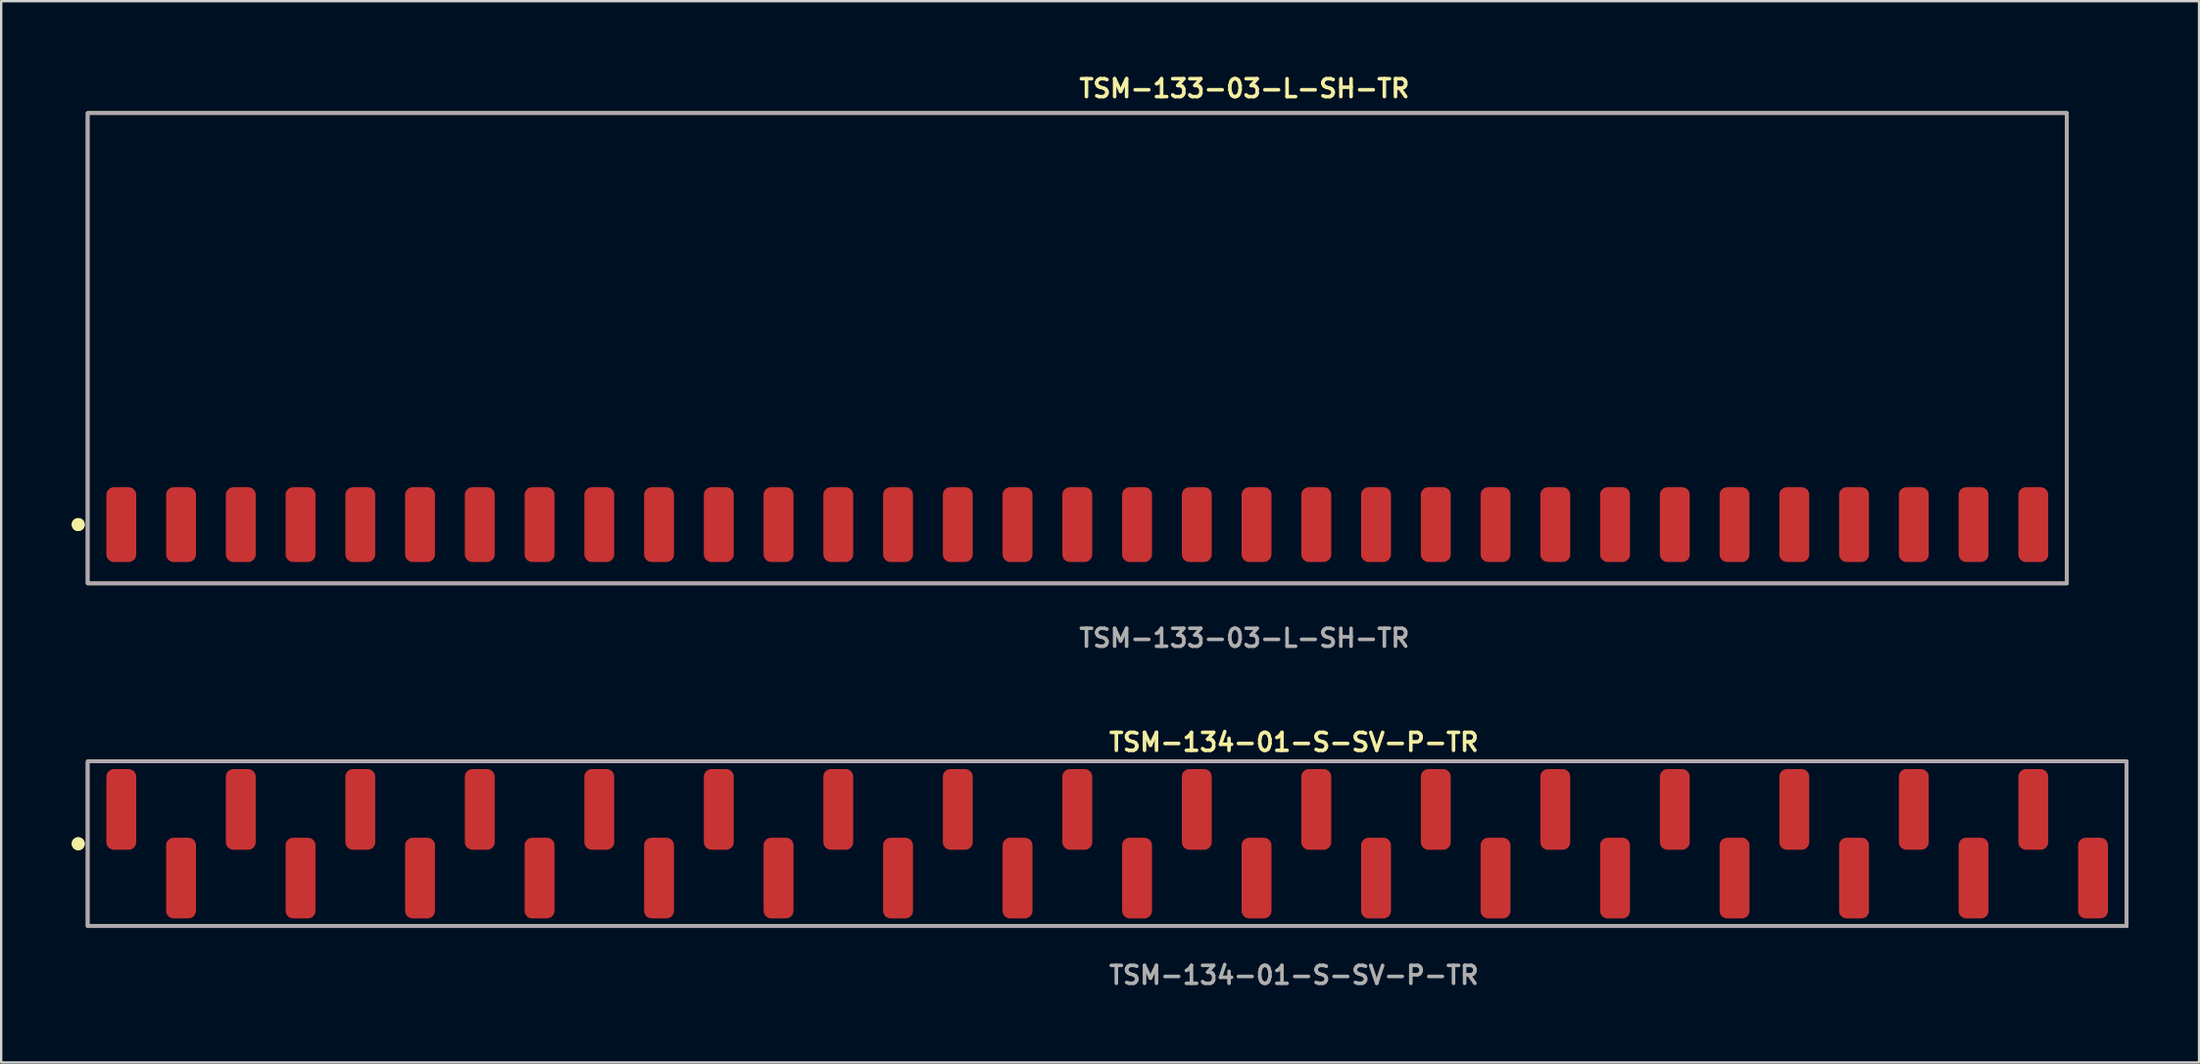
<source format=kicad_pcb>
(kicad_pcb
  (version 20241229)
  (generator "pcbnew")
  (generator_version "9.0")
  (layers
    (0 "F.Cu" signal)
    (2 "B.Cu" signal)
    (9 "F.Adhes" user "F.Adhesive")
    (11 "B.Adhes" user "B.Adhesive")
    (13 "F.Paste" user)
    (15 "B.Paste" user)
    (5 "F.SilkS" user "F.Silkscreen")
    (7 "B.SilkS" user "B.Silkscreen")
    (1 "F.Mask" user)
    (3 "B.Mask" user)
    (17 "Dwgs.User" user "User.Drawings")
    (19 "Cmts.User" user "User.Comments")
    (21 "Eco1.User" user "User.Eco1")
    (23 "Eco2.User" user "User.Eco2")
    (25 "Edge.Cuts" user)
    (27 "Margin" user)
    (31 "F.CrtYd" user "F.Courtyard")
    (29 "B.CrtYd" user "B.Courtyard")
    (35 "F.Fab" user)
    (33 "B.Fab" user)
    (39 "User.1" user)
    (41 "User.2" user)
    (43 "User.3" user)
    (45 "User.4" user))
  (footprint "TSM-134-01-S-SV-P-TR"
    (layer "F.Cu")
    (at 44.016 32.826)
    (property "Reference" "TSM-134-01-S-SV-P-TR" (at 0 -4.318 0) (unlocked yes) (layer "F.SilkS") (effects (font (size 0.762 0.762) (thickness 0.152)) (justify left)))
    (fp_rect (start -43.34 3.5) (end 43.34 -3.5) (stroke (width 0.152) (type solid)) (fill no) (layer "F.SilkS"))
    (fp_circle (center -43.74 0) (end -43.94 0) (stroke (width 0.152) (type solid)) (fill yes) (layer "F.SilkS"))
    (fp_circle (center -43.74 0) (end -43.94 0) (stroke (width 0.152) (type solid)) (fill yes) (layer "F.SilkS"))
    (fp_rect (start -43.34 3.5) (end 43.34 -3.5) (stroke (width 0.006) (type solid)) (fill no) (layer "F.CrtYd"))
    (fp_rect (start -43.34 3.5) (end 43.34 -3.5) (stroke (width 0.152) (type solid)) (fill no) (layer "F.Fab"))
    (fp_text user "${REFERENCE}" (at 0 5.588 0) (unlocked yes) (layer "F.Fab") (effects (font (size 0.762 0.762) (thickness 0.152)) (justify left)))
    (pad "1" smd roundrect (at -41.91 -1.46) (size 1.27 3.43) (layers "F.Cu" "F.Paste") (roundrect_rratio 0.25))
    (pad "2" smd roundrect (at -39.37 1.46) (size 1.27 3.43) (layers "F.Cu" "F.Paste") (roundrect_rratio 0.25))
    (pad "3" smd roundrect (at -36.83 -1.46) (size 1.27 3.43) (layers "F.Cu" "F.Paste") (roundrect_rratio 0.25))
    (pad "4" smd roundrect (at -34.29 1.46) (size 1.27 3.43) (layers "F.Cu" "F.Paste") (roundrect_rratio 0.25))
    (pad "5" smd roundrect (at -31.75 -1.46) (size 1.27 3.43) (layers "F.Cu" "F.Paste") (roundrect_rratio 0.25))
    (pad "6" smd roundrect (at -29.21 1.46) (size 1.27 3.43) (layers "F.Cu" "F.Paste") (roundrect_rratio 0.25))
    (pad "7" smd roundrect (at -26.67 -1.46) (size 1.27 3.43) (layers "F.Cu" "F.Paste") (roundrect_rratio 0.25))
    (pad "8" smd roundrect (at -24.13 1.46) (size 1.27 3.43) (layers "F.Cu" "F.Paste") (roundrect_rratio 0.25))
    (pad "9" smd roundrect (at -21.59 -1.46) (size 1.27 3.43) (layers "F.Cu" "F.Paste") (roundrect_rratio 0.25))
    (pad "10" smd roundrect (at -19.05 1.46) (size 1.27 3.43) (layers "F.Cu" "F.Paste") (roundrect_rratio 0.25))
    (pad "11" smd roundrect (at -16.51 -1.46) (size 1.27 3.43) (layers "F.Cu" "F.Paste") (roundrect_rratio 0.25))
    (pad "12" smd roundrect (at -13.97 1.46) (size 1.27 3.43) (layers "F.Cu" "F.Paste") (roundrect_rratio 0.25))
    (pad "13" smd roundrect (at -11.43 -1.46) (size 1.27 3.43) (layers "F.Cu" "F.Paste") (roundrect_rratio 0.25))
    (pad "14" smd roundrect (at -8.89 1.46) (size 1.27 3.43) (layers "F.Cu" "F.Paste") (roundrect_rratio 0.25))
    (pad "15" smd roundrect (at -6.35 -1.46) (size 1.27 3.43) (layers "F.Cu" "F.Paste") (roundrect_rratio 0.25))
    (pad "16" smd roundrect (at -3.81 1.46) (size 1.27 3.43) (layers "F.Cu" "F.Paste") (roundrect_rratio 0.25))
    (pad "17" smd roundrect (at -1.27 -1.46) (size 1.27 3.43) (layers "F.Cu" "F.Paste") (roundrect_rratio 0.25))
    (pad "18" smd roundrect (at 1.27 1.46) (size 1.27 3.43) (layers "F.Cu" "F.Paste") (roundrect_rratio 0.25))
    (pad "19" smd roundrect (at 3.81 -1.46) (size 1.27 3.43) (layers "F.Cu" "F.Paste") (roundrect_rratio 0.25))
    (pad "20" smd roundrect (at 6.35 1.46) (size 1.27 3.43) (layers "F.Cu" "F.Paste") (roundrect_rratio 0.25))
    (pad "21" smd roundrect (at 8.89 -1.46) (size 1.27 3.43) (layers "F.Cu" "F.Paste") (roundrect_rratio 0.25))
    (pad "22" smd roundrect (at 11.43 1.46) (size 1.27 3.43) (layers "F.Cu" "F.Paste") (roundrect_rratio 0.25))
    (pad "23" smd roundrect (at 13.97 -1.46) (size 1.27 3.43) (layers "F.Cu" "F.Paste") (roundrect_rratio 0.25))
    (pad "24" smd roundrect (at 16.51 1.46) (size 1.27 3.43) (layers "F.Cu" "F.Paste") (roundrect_rratio 0.25))
    (pad "25" smd roundrect (at 19.05 -1.46) (size 1.27 3.43) (layers "F.Cu" "F.Paste") (roundrect_rratio 0.25))
    (pad "26" smd roundrect (at 21.59 1.46) (size 1.27 3.43) (layers "F.Cu" "F.Paste") (roundrect_rratio 0.25))
    (pad "27" smd roundrect (at 24.13 -1.46) (size 1.27 3.43) (layers "F.Cu" "F.Paste") (roundrect_rratio 0.25))
    (pad "28" smd roundrect (at 26.67 1.46) (size 1.27 3.43) (layers "F.Cu" "F.Paste") (roundrect_rratio 0.25))
    (pad "29" smd roundrect (at 29.21 -1.46) (size 1.27 3.43) (layers "F.Cu" "F.Paste") (roundrect_rratio 0.25))
    (pad "30" smd roundrect (at 31.75 1.46) (size 1.27 3.43) (layers "F.Cu" "F.Paste") (roundrect_rratio 0.25))
    (pad "31" smd roundrect (at 34.29 -1.46) (size 1.27 3.43) (layers "F.Cu" "F.Paste") (roundrect_rratio 0.25))
    (pad "32" smd roundrect (at 36.83 1.46) (size 1.27 3.43) (layers "F.Cu" "F.Paste") (roundrect_rratio 0.25))
    (pad "33" smd roundrect (at 39.37 -1.46) (size 1.27 3.43) (layers "F.Cu" "F.Paste") (roundrect_rratio 0.25))
    (pad "34" smd roundrect (at 41.91 1.46) (size 1.27 3.43) (layers "F.Cu" "F.Paste") (roundrect_rratio 0.25)))
  (footprint "TSM-133-03-L-SH-TR"
    (layer "F.Cu")
    (at 42.746 19.255)
    (property "Reference" "TSM-133-03-L-SH-TR" (at 0 -18.542 0) (unlocked yes) (layer "F.SilkS") (effects (font (size 0.762 0.762) (thickness 0.152)) (justify left)))
    (fp_rect (start -42.07 2.5) (end 42.07 -17.5) (stroke (width 0.152) (type solid)) (fill no) (layer "F.SilkS"))
    (fp_circle (center -42.47 0) (end -42.67 0) (stroke (width 0.152) (type solid)) (fill yes) (layer "F.SilkS"))
    (fp_circle (center -42.47 0) (end -42.67 0) (stroke (width 0.152) (type solid)) (fill yes) (layer "F.SilkS"))
    (fp_rect (start -42.07 2.5) (end 42.07 -17.5) (stroke (width 0.006) (type solid)) (fill no) (layer "F.CrtYd"))
    (fp_rect (start -42.07 2.5) (end 42.07 -17.5) (stroke (width 0.152) (type solid)) (fill no) (layer "F.Fab"))
    (fp_text user "${REFERENCE}" (at 0 4.826 0) (unlocked yes) (layer "F.Fab") (effects (font (size 0.762 0.762) (thickness 0.152)) (justify left)))
    (pad "1" smd roundrect (at -40.64 0) (size 1.27 3.18) (layers "F.Cu" "F.Paste") (roundrect_rratio 0.25))
    (pad "2" smd roundrect (at -38.1 0) (size 1.27 3.18) (layers "F.Cu" "F.Paste") (roundrect_rratio 0.25))
    (pad "3" smd roundrect (at -35.56 0) (size 1.27 3.18) (layers "F.Cu" "F.Paste") (roundrect_rratio 0.25))
    (pad "4" smd roundrect (at -33.02 0) (size 1.27 3.18) (layers "F.Cu" "F.Paste") (roundrect_rratio 0.25))
    (pad "5" smd roundrect (at -30.48 0) (size 1.27 3.18) (layers "F.Cu" "F.Paste") (roundrect_rratio 0.25))
    (pad "6" smd roundrect (at -27.94 0) (size 1.27 3.18) (layers "F.Cu" "F.Paste") (roundrect_rratio 0.25))
    (pad "7" smd roundrect (at -25.4 0) (size 1.27 3.18) (layers "F.Cu" "F.Paste") (roundrect_rratio 0.25))
    (pad "8" smd roundrect (at -22.86 0) (size 1.27 3.18) (layers "F.Cu" "F.Paste") (roundrect_rratio 0.25))
    (pad "9" smd roundrect (at -20.32 0) (size 1.27 3.18) (layers "F.Cu" "F.Paste") (roundrect_rratio 0.25))
    (pad "10" smd roundrect (at -17.78 0) (size 1.27 3.18) (layers "F.Cu" "F.Paste") (roundrect_rratio 0.25))
    (pad "11" smd roundrect (at -15.24 0) (size 1.27 3.18) (layers "F.Cu" "F.Paste") (roundrect_rratio 0.25))
    (pad "12" smd roundrect (at -12.7 0) (size 1.27 3.18) (layers "F.Cu" "F.Paste") (roundrect_rratio 0.25))
    (pad "13" smd roundrect (at -10.16 0) (size 1.27 3.18) (layers "F.Cu" "F.Paste") (roundrect_rratio 0.25))
    (pad "14" smd roundrect (at -7.62 0) (size 1.27 3.18) (layers "F.Cu" "F.Paste") (roundrect_rratio 0.25))
    (pad "15" smd roundrect (at -5.08 0) (size 1.27 3.18) (layers "F.Cu" "F.Paste") (roundrect_rratio 0.25))
    (pad "16" smd roundrect (at -2.54 0) (size 1.27 3.18) (layers "F.Cu" "F.Paste") (roundrect_rratio 0.25))
    (pad "17" smd roundrect (at 0 0) (size 1.27 3.18) (layers "F.Cu" "F.Paste") (roundrect_rratio 0.25))
    (pad "18" smd roundrect (at 2.54 0) (size 1.27 3.18) (layers "F.Cu" "F.Paste") (roundrect_rratio 0.25))
    (pad "19" smd roundrect (at 5.08 0) (size 1.27 3.18) (layers "F.Cu" "F.Paste") (roundrect_rratio 0.25))
    (pad "20" smd roundrect (at 7.62 0) (size 1.27 3.18) (layers "F.Cu" "F.Paste") (roundrect_rratio 0.25))
    (pad "21" smd roundrect (at 10.16 0) (size 1.27 3.18) (layers "F.Cu" "F.Paste") (roundrect_rratio 0.25))
    (pad "22" smd roundrect (at 12.7 0) (size 1.27 3.18) (layers "F.Cu" "F.Paste") (roundrect_rratio 0.25))
    (pad "23" smd roundrect (at 15.24 0) (size 1.27 3.18) (layers "F.Cu" "F.Paste") (roundrect_rratio 0.25))
    (pad "24" smd roundrect (at 17.78 0) (size 1.27 3.18) (layers "F.Cu" "F.Paste") (roundrect_rratio 0.25))
    (pad "25" smd roundrect (at 20.32 0) (size 1.27 3.18) (layers "F.Cu" "F.Paste") (roundrect_rratio 0.25))
    (pad "26" smd roundrect (at 22.86 0) (size 1.27 3.18) (layers "F.Cu" "F.Paste") (roundrect_rratio 0.25))
    (pad "27" smd roundrect (at 25.4 0) (size 1.27 3.18) (layers "F.Cu" "F.Paste") (roundrect_rratio 0.25))
    (pad "28" smd roundrect (at 27.94 0) (size 1.27 3.18) (layers "F.Cu" "F.Paste") (roundrect_rratio 0.25))
    (pad "29" smd roundrect (at 30.48 0) (size 1.27 3.18) (layers "F.Cu" "F.Paste") (roundrect_rratio 0.25))
    (pad "30" smd roundrect (at 33.02 0) (size 1.27 3.18) (layers "F.Cu" "F.Paste") (roundrect_rratio 0.25))
    (pad "31" smd roundrect (at 35.56 0) (size 1.27 3.18) (layers "F.Cu" "F.Paste") (roundrect_rratio 0.25))
    (pad "32" smd roundrect (at 38.1 0) (size 1.27 3.18) (layers "F.Cu" "F.Paste") (roundrect_rratio 0.25))
    (pad "33" smd roundrect (at 40.64 0) (size 1.27 3.18) (layers "F.Cu" "F.Paste") (roundrect_rratio 0.25)))
  (gr_rect
    (start -3 -3)
    (end 90.432 42.127)
    (stroke (width 0.1) (type default))
    (fill no)
    (layer "Edge.Cuts")))
</source>
